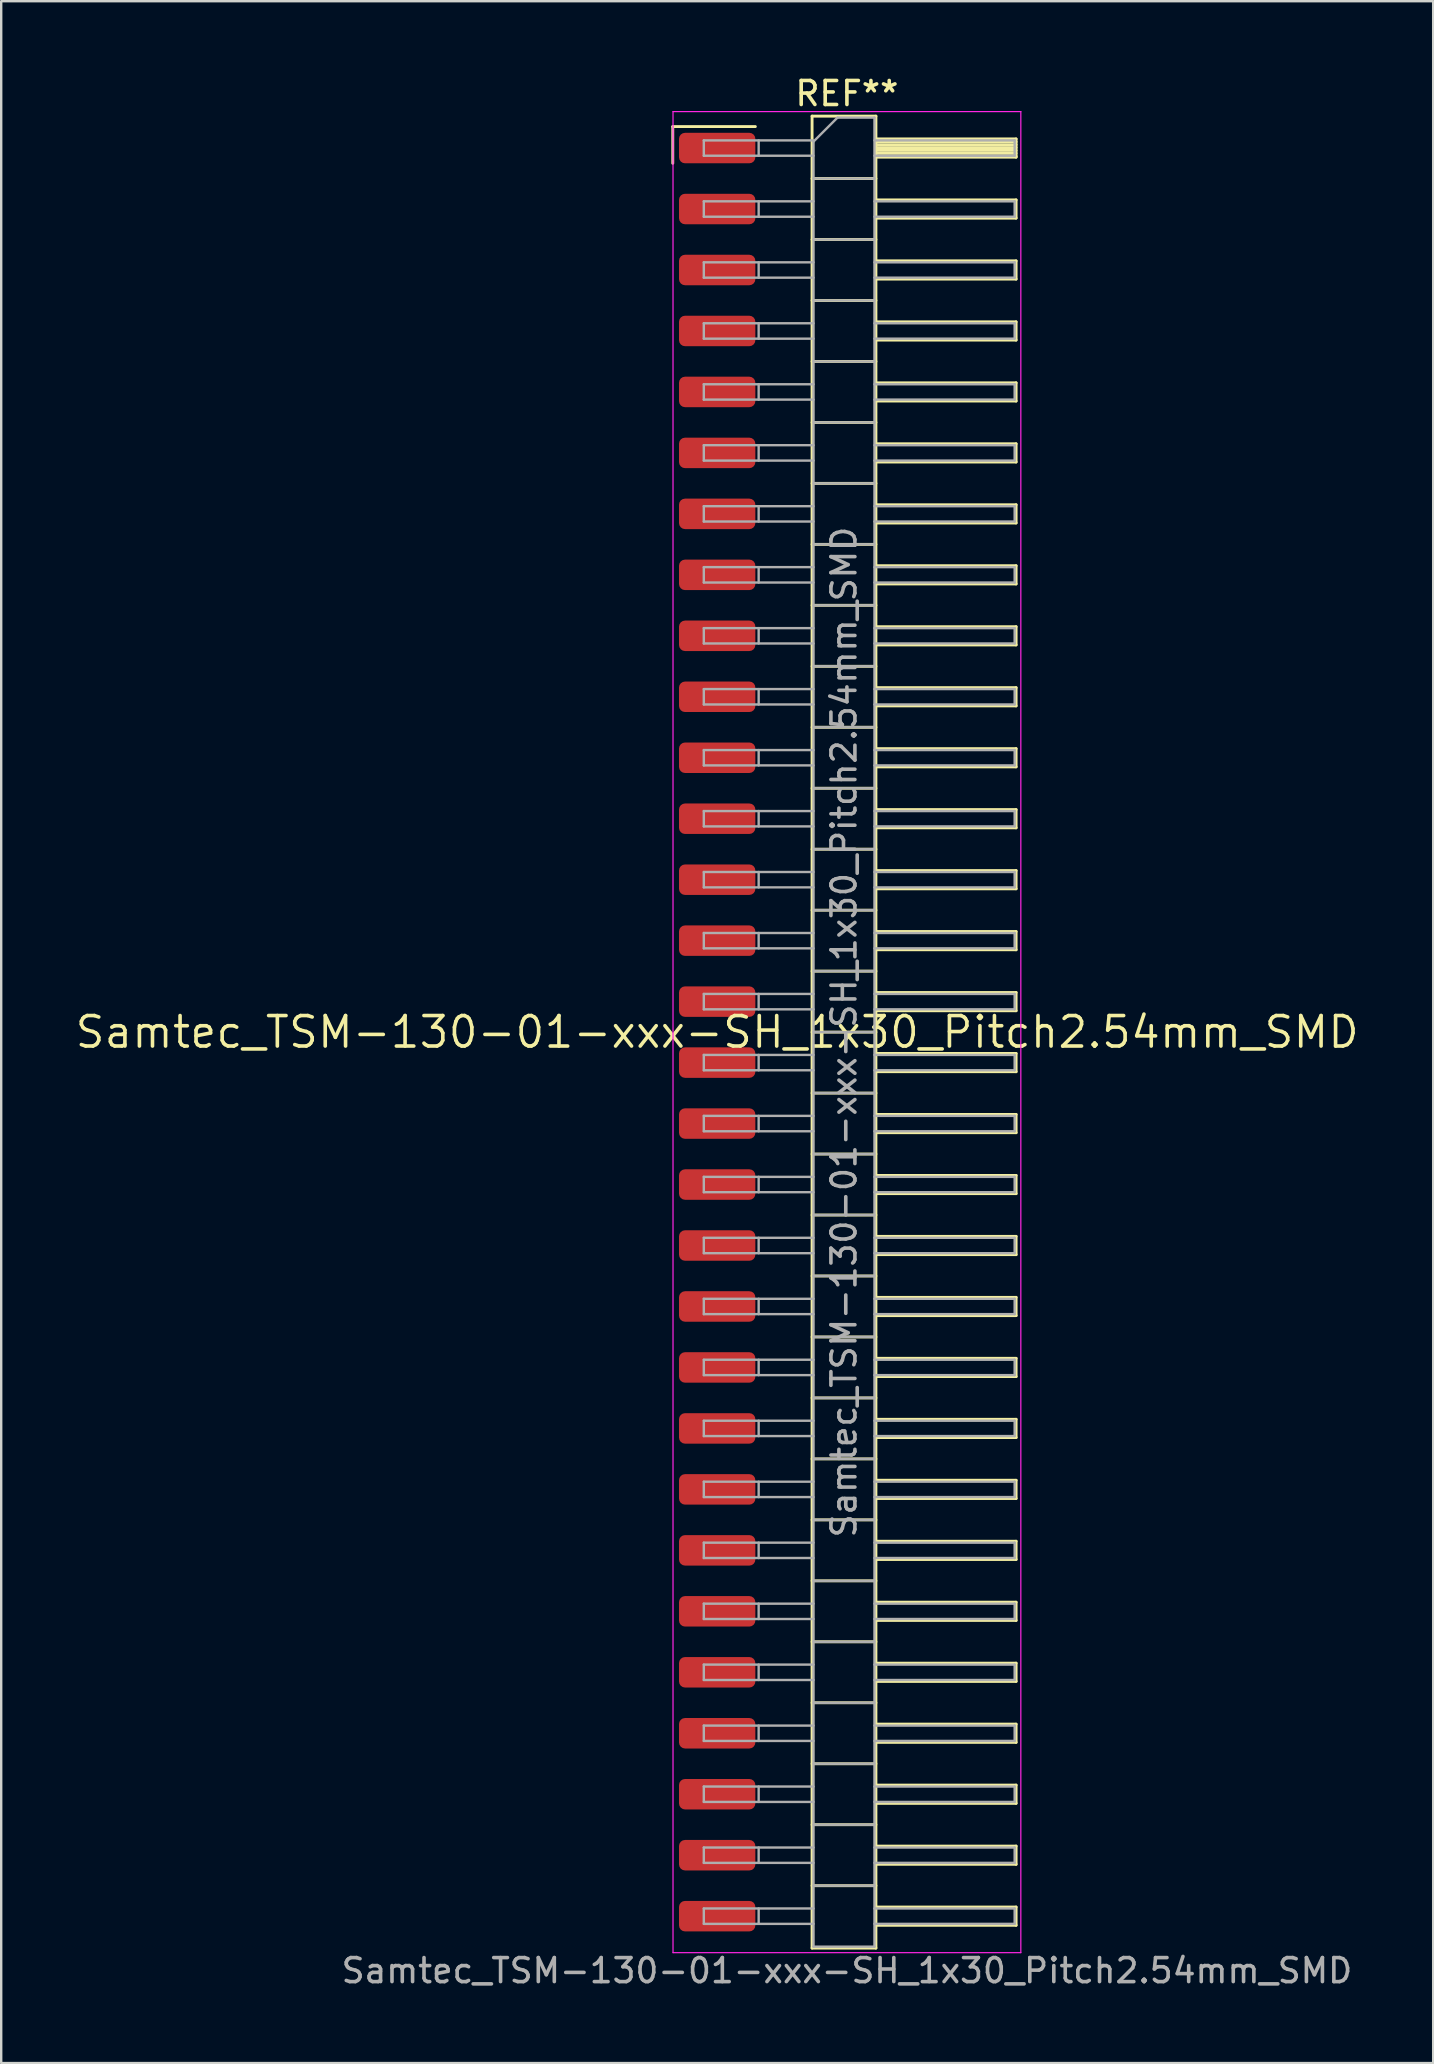
<source format=kicad_pcb>
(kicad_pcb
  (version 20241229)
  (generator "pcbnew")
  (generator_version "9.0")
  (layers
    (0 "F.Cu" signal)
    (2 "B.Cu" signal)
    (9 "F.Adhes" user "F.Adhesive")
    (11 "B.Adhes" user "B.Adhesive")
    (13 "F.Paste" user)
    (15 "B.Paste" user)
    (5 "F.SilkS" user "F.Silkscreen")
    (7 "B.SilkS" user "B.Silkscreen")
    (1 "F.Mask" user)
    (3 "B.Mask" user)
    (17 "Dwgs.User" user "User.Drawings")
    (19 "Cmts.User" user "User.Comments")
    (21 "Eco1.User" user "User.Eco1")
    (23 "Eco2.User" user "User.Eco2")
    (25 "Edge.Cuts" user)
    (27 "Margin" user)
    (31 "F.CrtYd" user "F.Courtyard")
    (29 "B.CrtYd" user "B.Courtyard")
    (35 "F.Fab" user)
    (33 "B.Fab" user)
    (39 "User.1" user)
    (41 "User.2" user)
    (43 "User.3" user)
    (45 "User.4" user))
  (footprint "Samtec_TSM-130-01-xxx-SH_1x30_Pitch2.54mm_SMD"
    (layer "F.Cu")
    (at 26.828 39.948)
    (property "Reference" "Samtec_TSM-130-01-xxx-SH_1x30_Pitch2.54mm_SMD" (at 0 0 0) (layer "F.SilkS") (effects (font (size 1.27 1.27) (thickness 0.15))))
    (attr smd)
    (fp_line (start -1.85 -37.725) (end 1.59 -37.725) (stroke (width 0.12) (type solid)) (layer "F.SilkS"))
    (fp_line (start -1.85 -36.195) (end -1.85 -37.725) (stroke (width 0.12) (type solid)) (layer "F.SilkS"))
    (fp_line (start 3.953 -38.16) (end 6.613 -38.16) (stroke (width 0.12) (type solid)) (layer "F.SilkS"))
    (fp_line (start 3.953 -35.56) (end 6.613 -35.56) (stroke (width 0.12) (type solid)) (layer "F.SilkS"))
    (fp_line (start 3.953 -33.02) (end 6.613 -33.02) (stroke (width 0.12) (type solid)) (layer "F.SilkS"))
    (fp_line (start 3.953 -30.48) (end 6.613 -30.48) (stroke (width 0.12) (type solid)) (layer "F.SilkS"))
    (fp_line (start 3.953 -27.94) (end 6.613 -27.94) (stroke (width 0.12) (type solid)) (layer "F.SilkS"))
    (fp_line (start 3.953 -25.4) (end 6.613 -25.4) (stroke (width 0.12) (type solid)) (layer "F.SilkS"))
    (fp_line (start 3.953 -22.86) (end 6.613 -22.86) (stroke (width 0.12) (type solid)) (layer "F.SilkS"))
    (fp_line (start 3.953 -20.32) (end 6.613 -20.32) (stroke (width 0.12) (type solid)) (layer "F.SilkS"))
    (fp_line (start 3.953 -17.78) (end 6.613 -17.78) (stroke (width 0.12) (type solid)) (layer "F.SilkS"))
    (fp_line (start 3.953 -15.24) (end 6.613 -15.24) (stroke (width 0.12) (type solid)) (layer "F.SilkS"))
    (fp_line (start 3.953 -12.7) (end 6.613 -12.7) (stroke (width 0.12) (type solid)) (layer "F.SilkS"))
    (fp_line (start 3.953 -10.16) (end 6.613 -10.16) (stroke (width 0.12) (type solid)) (layer "F.SilkS"))
    (fp_line (start 3.953 -7.62) (end 6.613 -7.62) (stroke (width 0.12) (type solid)) (layer "F.SilkS"))
    (fp_line (start 3.953 -5.08) (end 6.613 -5.08) (stroke (width 0.12) (type solid)) (layer "F.SilkS"))
    (fp_line (start 3.953 -2.54) (end 6.613 -2.54) (stroke (width 0.12) (type solid)) (layer "F.SilkS"))
    (fp_line (start 3.953 0) (end 6.613 0) (stroke (width 0.12) (type solid)) (layer "F.SilkS"))
    (fp_line (start 3.953 2.54) (end 6.613 2.54) (stroke (width 0.12) (type solid)) (layer "F.SilkS"))
    (fp_line (start 3.953 5.08) (end 6.613 5.08) (stroke (width 0.12) (type solid)) (layer "F.SilkS"))
    (fp_line (start 3.953 7.62) (end 6.613 7.62) (stroke (width 0.12) (type solid)) (layer "F.SilkS"))
    (fp_line (start 3.953 10.16) (end 6.613 10.16) (stroke (width 0.12) (type solid)) (layer "F.SilkS"))
    (fp_line (start 3.953 12.7) (end 6.613 12.7) (stroke (width 0.12) (type solid)) (layer "F.SilkS"))
    (fp_line (start 3.953 15.24) (end 6.613 15.24) (stroke (width 0.12) (type solid)) (layer "F.SilkS"))
    (fp_line (start 3.953 17.78) (end 6.613 17.78) (stroke (width 0.12) (type solid)) (layer "F.SilkS"))
    (fp_line (start 3.953 20.32) (end 6.613 20.32) (stroke (width 0.12) (type solid)) (layer "F.SilkS"))
    (fp_line (start 3.953 22.86) (end 6.613 22.86) (stroke (width 0.12) (type solid)) (layer "F.SilkS"))
    (fp_line (start 3.953 25.4) (end 6.613 25.4) (stroke (width 0.12) (type solid)) (layer "F.SilkS"))
    (fp_line (start 3.953 27.94) (end 6.613 27.94) (stroke (width 0.12) (type solid)) (layer "F.SilkS"))
    (fp_line (start 3.953 30.48) (end 6.613 30.48) (stroke (width 0.12) (type solid)) (layer "F.SilkS"))
    (fp_line (start 3.953 33.02) (end 6.613 33.02) (stroke (width 0.12) (type solid)) (layer "F.SilkS"))
    (fp_line (start 3.953 35.56) (end 6.613 35.56) (stroke (width 0.12) (type solid)) (layer "F.SilkS"))
    (fp_line (start 3.953 38.16) (end 3.953 -38.16) (stroke (width 0.12) (type solid)) (layer "F.SilkS"))
    (fp_line (start 6.613 -38.16) (end 6.613 38.16) (stroke (width 0.12) (type solid)) (layer "F.SilkS"))
    (fp_line (start 6.613 -37.21) (end 12.453 -37.21) (stroke (width 0.12) (type solid)) (layer "F.SilkS"))
    (fp_line (start 6.613 -37.09) (end 12.453 -37.09) (stroke (width 0.12) (type solid)) (layer "F.SilkS"))
    (fp_line (start 6.613 -36.97) (end 12.453 -36.97) (stroke (width 0.12) (type solid)) (layer "F.SilkS"))
    (fp_line (start 6.613 -36.85) (end 12.453 -36.85) (stroke (width 0.12) (type solid)) (layer "F.SilkS"))
    (fp_line (start 6.613 -36.73) (end 12.453 -36.73) (stroke (width 0.12) (type solid)) (layer "F.SilkS"))
    (fp_line (start 6.613 -36.61) (end 12.453 -36.61) (stroke (width 0.12) (type solid)) (layer "F.SilkS"))
    (fp_line (start 6.613 -36.49) (end 12.453 -36.49) (stroke (width 0.12) (type solid)) (layer "F.SilkS"))
    (fp_line (start 6.613 -36.45) (end 12.453 -36.45) (stroke (width 0.12) (type solid)) (layer "F.SilkS"))
    (fp_line (start 6.613 -34.67) (end 12.453 -34.67) (stroke (width 0.12) (type solid)) (layer "F.SilkS"))
    (fp_line (start 6.613 -33.91) (end 12.453 -33.91) (stroke (width 0.12) (type solid)) (layer "F.SilkS"))
    (fp_line (start 6.613 -32.13) (end 12.453 -32.13) (stroke (width 0.12) (type solid)) (layer "F.SilkS"))
    (fp_line (start 6.613 -31.37) (end 12.453 -31.37) (stroke (width 0.12) (type solid)) (layer "F.SilkS"))
    (fp_line (start 6.613 -29.59) (end 12.453 -29.59) (stroke (width 0.12) (type solid)) (layer "F.SilkS"))
    (fp_line (start 6.613 -28.83) (end 12.453 -28.83) (stroke (width 0.12) (type solid)) (layer "F.SilkS"))
    (fp_line (start 6.613 -27.05) (end 12.453 -27.05) (stroke (width 0.12) (type solid)) (layer "F.SilkS"))
    (fp_line (start 6.613 -26.29) (end 12.453 -26.29) (stroke (width 0.12) (type solid)) (layer "F.SilkS"))
    (fp_line (start 6.613 -24.51) (end 12.453 -24.51) (stroke (width 0.12) (type solid)) (layer "F.SilkS"))
    (fp_line (start 6.613 -23.75) (end 12.453 -23.75) (stroke (width 0.12) (type solid)) (layer "F.SilkS"))
    (fp_line (start 6.613 -21.97) (end 12.453 -21.97) (stroke (width 0.12) (type solid)) (layer "F.SilkS"))
    (fp_line (start 6.613 -21.21) (end 12.453 -21.21) (stroke (width 0.12) (type solid)) (layer "F.SilkS"))
    (fp_line (start 6.613 -19.43) (end 12.453 -19.43) (stroke (width 0.12) (type solid)) (layer "F.SilkS"))
    (fp_line (start 6.613 -18.67) (end 12.453 -18.67) (stroke (width 0.12) (type solid)) (layer "F.SilkS"))
    (fp_line (start 6.613 -16.89) (end 12.453 -16.89) (stroke (width 0.12) (type solid)) (layer "F.SilkS"))
    (fp_line (start 6.613 -16.13) (end 12.453 -16.13) (stroke (width 0.12) (type solid)) (layer "F.SilkS"))
    (fp_line (start 6.613 -14.35) (end 12.453 -14.35) (stroke (width 0.12) (type solid)) (layer "F.SilkS"))
    (fp_line (start 6.613 -13.59) (end 12.453 -13.59) (stroke (width 0.12) (type solid)) (layer "F.SilkS"))
    (fp_line (start 6.613 -11.81) (end 12.453 -11.81) (stroke (width 0.12) (type solid)) (layer "F.SilkS"))
    (fp_line (start 6.613 -11.05) (end 12.453 -11.05) (stroke (width 0.12) (type solid)) (layer "F.SilkS"))
    (fp_line (start 6.613 -9.27) (end 12.453 -9.27) (stroke (width 0.12) (type solid)) (layer "F.SilkS"))
    (fp_line (start 6.613 -8.51) (end 12.453 -8.51) (stroke (width 0.12) (type solid)) (layer "F.SilkS"))
    (fp_line (start 6.613 -6.73) (end 12.453 -6.73) (stroke (width 0.12) (type solid)) (layer "F.SilkS"))
    (fp_line (start 6.613 -5.97) (end 12.453 -5.97) (stroke (width 0.12) (type solid)) (layer "F.SilkS"))
    (fp_line (start 6.613 -4.19) (end 12.453 -4.19) (stroke (width 0.12) (type solid)) (layer "F.SilkS"))
    (fp_line (start 6.613 -3.43) (end 12.453 -3.43) (stroke (width 0.12) (type solid)) (layer "F.SilkS"))
    (fp_line (start 6.613 -1.65) (end 12.453 -1.65) (stroke (width 0.12) (type solid)) (layer "F.SilkS"))
    (fp_line (start 6.613 -0.89) (end 12.453 -0.89) (stroke (width 0.12) (type solid)) (layer "F.SilkS"))
    (fp_line (start 6.613 0.89) (end 12.453 0.89) (stroke (width 0.12) (type solid)) (layer "F.SilkS"))
    (fp_line (start 6.613 1.65) (end 12.453 1.65) (stroke (width 0.12) (type solid)) (layer "F.SilkS"))
    (fp_line (start 6.613 3.43) (end 12.453 3.43) (stroke (width 0.12) (type solid)) (layer "F.SilkS"))
    (fp_line (start 6.613 4.19) (end 12.453 4.19) (stroke (width 0.12) (type solid)) (layer "F.SilkS"))
    (fp_line (start 6.613 5.97) (end 12.453 5.97) (stroke (width 0.12) (type solid)) (layer "F.SilkS"))
    (fp_line (start 6.613 6.73) (end 12.453 6.73) (stroke (width 0.12) (type solid)) (layer "F.SilkS"))
    (fp_line (start 6.613 8.51) (end 12.453 8.51) (stroke (width 0.12) (type solid)) (layer "F.SilkS"))
    (fp_line (start 6.613 9.27) (end 12.453 9.27) (stroke (width 0.12) (type solid)) (layer "F.SilkS"))
    (fp_line (start 6.613 11.05) (end 12.453 11.05) (stroke (width 0.12) (type solid)) (layer "F.SilkS"))
    (fp_line (start 6.613 11.81) (end 12.453 11.81) (stroke (width 0.12) (type solid)) (layer "F.SilkS"))
    (fp_line (start 6.613 13.59) (end 12.453 13.59) (stroke (width 0.12) (type solid)) (layer "F.SilkS"))
    (fp_line (start 6.613 14.35) (end 12.453 14.35) (stroke (width 0.12) (type solid)) (layer "F.SilkS"))
    (fp_line (start 6.613 16.13) (end 12.453 16.13) (stroke (width 0.12) (type solid)) (layer "F.SilkS"))
    (fp_line (start 6.613 16.89) (end 12.453 16.89) (stroke (width 0.12) (type solid)) (layer "F.SilkS"))
    (fp_line (start 6.613 18.67) (end 12.453 18.67) (stroke (width 0.12) (type solid)) (layer "F.SilkS"))
    (fp_line (start 6.613 19.43) (end 12.453 19.43) (stroke (width 0.12) (type solid)) (layer "F.SilkS"))
    (fp_line (start 6.613 21.21) (end 12.453 21.21) (stroke (width 0.12) (type solid)) (layer "F.SilkS"))
    (fp_line (start 6.613 21.97) (end 12.453 21.97) (stroke (width 0.12) (type solid)) (layer "F.SilkS"))
    (fp_line (start 6.613 23.75) (end 12.453 23.75) (stroke (width 0.12) (type solid)) (layer "F.SilkS"))
    (fp_line (start 6.613 24.51) (end 12.453 24.51) (stroke (width 0.12) (type solid)) (layer "F.SilkS"))
    (fp_line (start 6.613 26.29) (end 12.453 26.29) (stroke (width 0.12) (type solid)) (layer "F.SilkS"))
    (fp_line (start 6.613 27.05) (end 12.453 27.05) (stroke (width 0.12) (type solid)) (layer "F.SilkS"))
    (fp_line (start 6.613 28.83) (end 12.453 28.83) (stroke (width 0.12) (type solid)) (layer "F.SilkS"))
    (fp_line (start 6.613 29.59) (end 12.453 29.59) (stroke (width 0.12) (type solid)) (layer "F.SilkS"))
    (fp_line (start 6.613 31.37) (end 12.453 31.37) (stroke (width 0.12) (type solid)) (layer "F.SilkS"))
    (fp_line (start 6.613 32.13) (end 12.453 32.13) (stroke (width 0.12) (type solid)) (layer "F.SilkS"))
    (fp_line (start 6.613 33.91) (end 12.453 33.91) (stroke (width 0.12) (type solid)) (layer "F.SilkS"))
    (fp_line (start 6.613 34.67) (end 12.453 34.67) (stroke (width 0.12) (type solid)) (layer "F.SilkS"))
    (fp_line (start 6.613 36.45) (end 12.453 36.45) (stroke (width 0.12) (type solid)) (layer "F.SilkS"))
    (fp_line (start 6.613 37.21) (end 12.453 37.21) (stroke (width 0.12) (type solid)) (layer "F.SilkS"))
    (fp_line (start 6.613 38.16) (end 3.953 38.16) (stroke (width 0.12) (type solid)) (layer "F.SilkS"))
    (fp_line (start 12.453 -37.21) (end 12.453 -36.45) (stroke (width 0.12) (type solid)) (layer "F.SilkS"))
    (fp_line (start 12.453 -34.67) (end 12.453 -33.91) (stroke (width 0.12) (type solid)) (layer "F.SilkS"))
    (fp_line (start 12.453 -32.13) (end 12.453 -31.37) (stroke (width 0.12) (type solid)) (layer "F.SilkS"))
    (fp_line (start 12.453 -29.59) (end 12.453 -28.83) (stroke (width 0.12) (type solid)) (layer "F.SilkS"))
    (fp_line (start 12.453 -27.05) (end 12.453 -26.29) (stroke (width 0.12) (type solid)) (layer "F.SilkS"))
    (fp_line (start 12.453 -24.51) (end 12.453 -23.75) (stroke (width 0.12) (type solid)) (layer "F.SilkS"))
    (fp_line (start 12.453 -21.97) (end 12.453 -21.21) (stroke (width 0.12) (type solid)) (layer "F.SilkS"))
    (fp_line (start 12.453 -19.43) (end 12.453 -18.67) (stroke (width 0.12) (type solid)) (layer "F.SilkS"))
    (fp_line (start 12.453 -16.89) (end 12.453 -16.13) (stroke (width 0.12) (type solid)) (layer "F.SilkS"))
    (fp_line (start 12.453 -14.35) (end 12.453 -13.59) (stroke (width 0.12) (type solid)) (layer "F.SilkS"))
    (fp_line (start 12.453 -11.81) (end 12.453 -11.05) (stroke (width 0.12) (type solid)) (layer "F.SilkS"))
    (fp_line (start 12.453 -9.27) (end 12.453 -8.51) (stroke (width 0.12) (type solid)) (layer "F.SilkS"))
    (fp_line (start 12.453 -6.73) (end 12.453 -5.97) (stroke (width 0.12) (type solid)) (layer "F.SilkS"))
    (fp_line (start 12.453 -4.19) (end 12.453 -3.43) (stroke (width 0.12) (type solid)) (layer "F.SilkS"))
    (fp_line (start 12.453 -1.65) (end 12.453 -0.89) (stroke (width 0.12) (type solid)) (layer "F.SilkS"))
    (fp_line (start 12.453 0.89) (end 12.453 1.65) (stroke (width 0.12) (type solid)) (layer "F.SilkS"))
    (fp_line (start 12.453 3.43) (end 12.453 4.19) (stroke (width 0.12) (type solid)) (layer "F.SilkS"))
    (fp_line (start 12.453 5.97) (end 12.453 6.73) (stroke (width 0.12) (type solid)) (layer "F.SilkS"))
    (fp_line (start 12.453 8.51) (end 12.453 9.27) (stroke (width 0.12) (type solid)) (layer "F.SilkS"))
    (fp_line (start 12.453 11.05) (end 12.453 11.81) (stroke (width 0.12) (type solid)) (layer "F.SilkS"))
    (fp_line (start 12.453 13.59) (end 12.453 14.35) (stroke (width 0.12) (type solid)) (layer "F.SilkS"))
    (fp_line (start 12.453 16.13) (end 12.453 16.89) (stroke (width 0.12) (type solid)) (layer "F.SilkS"))
    (fp_line (start 12.453 18.67) (end 12.453 19.43) (stroke (width 0.12) (type solid)) (layer "F.SilkS"))
    (fp_line (start 12.453 21.21) (end 12.453 21.97) (stroke (width 0.12) (type solid)) (layer "F.SilkS"))
    (fp_line (start 12.453 23.75) (end 12.453 24.51) (stroke (width 0.12) (type solid)) (layer "F.SilkS"))
    (fp_line (start 12.453 26.29) (end 12.453 27.05) (stroke (width 0.12) (type solid)) (layer "F.SilkS"))
    (fp_line (start 12.453 28.83) (end 12.453 29.59) (stroke (width 0.12) (type solid)) (layer "F.SilkS"))
    (fp_line (start 12.453 31.37) (end 12.453 32.13) (stroke (width 0.12) (type solid)) (layer "F.SilkS"))
    (fp_line (start 12.453 33.91) (end 12.453 34.67) (stroke (width 0.12) (type solid)) (layer "F.SilkS"))
    (fp_line (start 12.453 36.45) (end 12.453 37.21) (stroke (width 0.12) (type solid)) (layer "F.SilkS"))
    (fp_line (start -1.84 -38.35) (end 12.65 -38.35) (stroke (width 0.05) (type solid)) (layer "F.CrtYd"))
    (fp_line (start -1.84 38.35) (end -1.84 -38.35) (stroke (width 0.05) (type solid)) (layer "F.CrtYd"))
    (fp_line (start 12.65 -38.35) (end 12.65 38.35) (stroke (width 0.05) (type solid)) (layer "F.CrtYd"))
    (fp_line (start 12.65 38.35) (end -1.84 38.35) (stroke (width 0.05) (type solid)) (layer "F.CrtYd"))
    (fp_line (start -0.557 -37.15) (end -0.557 -36.51) (stroke (width 0.1) (type solid)) (layer "F.Fab"))
    (fp_line (start -0.557 -37.15) (end 4.013 -37.15) (stroke (width 0.1) (type solid)) (layer "F.Fab"))
    (fp_line (start -0.557 -36.51) (end 4.013 -36.51) (stroke (width 0.1) (type solid)) (layer "F.Fab"))
    (fp_line (start -0.557 -34.61) (end -0.557 -33.97) (stroke (width 0.1) (type solid)) (layer "F.Fab"))
    (fp_line (start -0.557 -34.61) (end 4.013 -34.61) (stroke (width 0.1) (type solid)) (layer "F.Fab"))
    (fp_line (start -0.557 -33.97) (end 4.013 -33.97) (stroke (width 0.1) (type solid)) (layer "F.Fab"))
    (fp_line (start -0.557 -32.07) (end -0.557 -31.43) (stroke (width 0.1) (type solid)) (layer "F.Fab"))
    (fp_line (start -0.557 -32.07) (end 4.013 -32.07) (stroke (width 0.1) (type solid)) (layer "F.Fab"))
    (fp_line (start -0.557 -31.43) (end 4.013 -31.43) (stroke (width 0.1) (type solid)) (layer "F.Fab"))
    (fp_line (start -0.557 -29.53) (end -0.557 -28.89) (stroke (width 0.1) (type solid)) (layer "F.Fab"))
    (fp_line (start -0.557 -29.53) (end 4.013 -29.53) (stroke (width 0.1) (type solid)) (layer "F.Fab"))
    (fp_line (start -0.557 -28.89) (end 4.013 -28.89) (stroke (width 0.1) (type solid)) (layer "F.Fab"))
    (fp_line (start -0.557 -26.99) (end -0.557 -26.35) (stroke (width 0.1) (type solid)) (layer "F.Fab"))
    (fp_line (start -0.557 -26.99) (end 4.013 -26.99) (stroke (width 0.1) (type solid)) (layer "F.Fab"))
    (fp_line (start -0.557 -26.35) (end 4.013 -26.35) (stroke (width 0.1) (type solid)) (layer "F.Fab"))
    (fp_line (start -0.557 -24.45) (end -0.557 -23.81) (stroke (width 0.1) (type solid)) (layer "F.Fab"))
    (fp_line (start -0.557 -24.45) (end 4.013 -24.45) (stroke (width 0.1) (type solid)) (layer "F.Fab"))
    (fp_line (start -0.557 -23.81) (end 4.013 -23.81) (stroke (width 0.1) (type solid)) (layer "F.Fab"))
    (fp_line (start -0.557 -21.91) (end -0.557 -21.27) (stroke (width 0.1) (type solid)) (layer "F.Fab"))
    (fp_line (start -0.557 -21.91) (end 4.013 -21.91) (stroke (width 0.1) (type solid)) (layer "F.Fab"))
    (fp_line (start -0.557 -21.27) (end 4.013 -21.27) (stroke (width 0.1) (type solid)) (layer "F.Fab"))
    (fp_line (start -0.557 -19.37) (end -0.557 -18.73) (stroke (width 0.1) (type solid)) (layer "F.Fab"))
    (fp_line (start -0.557 -19.37) (end 4.013 -19.37) (stroke (width 0.1) (type solid)) (layer "F.Fab"))
    (fp_line (start -0.557 -18.73) (end 4.013 -18.73) (stroke (width 0.1) (type solid)) (layer "F.Fab"))
    (fp_line (start -0.557 -16.83) (end -0.557 -16.19) (stroke (width 0.1) (type solid)) (layer "F.Fab"))
    (fp_line (start -0.557 -16.83) (end 4.013 -16.83) (stroke (width 0.1) (type solid)) (layer "F.Fab"))
    (fp_line (start -0.557 -16.19) (end 4.013 -16.19) (stroke (width 0.1) (type solid)) (layer "F.Fab"))
    (fp_line (start -0.557 -14.29) (end -0.557 -13.65) (stroke (width 0.1) (type solid)) (layer "F.Fab"))
    (fp_line (start -0.557 -14.29) (end 4.013 -14.29) (stroke (width 0.1) (type solid)) (layer "F.Fab"))
    (fp_line (start -0.557 -13.65) (end 4.013 -13.65) (stroke (width 0.1) (type solid)) (layer "F.Fab"))
    (fp_line (start -0.557 -11.75) (end -0.557 -11.11) (stroke (width 0.1) (type solid)) (layer "F.Fab"))
    (fp_line (start -0.557 -11.75) (end 4.013 -11.75) (stroke (width 0.1) (type solid)) (layer "F.Fab"))
    (fp_line (start -0.557 -11.11) (end 4.013 -11.11) (stroke (width 0.1) (type solid)) (layer "F.Fab"))
    (fp_line (start -0.557 -9.21) (end -0.557 -8.57) (stroke (width 0.1) (type solid)) (layer "F.Fab"))
    (fp_line (start -0.557 -9.21) (end 4.013 -9.21) (stroke (width 0.1) (type solid)) (layer "F.Fab"))
    (fp_line (start -0.557 -8.57) (end 4.013 -8.57) (stroke (width 0.1) (type solid)) (layer "F.Fab"))
    (fp_line (start -0.557 -6.67) (end -0.557 -6.03) (stroke (width 0.1) (type solid)) (layer "F.Fab"))
    (fp_line (start -0.557 -6.67) (end 4.013 -6.67) (stroke (width 0.1) (type solid)) (layer "F.Fab"))
    (fp_line (start -0.557 -6.03) (end 4.013 -6.03) (stroke (width 0.1) (type solid)) (layer "F.Fab"))
    (fp_line (start -0.557 -4.13) (end -0.557 -3.49) (stroke (width 0.1) (type solid)) (layer "F.Fab"))
    (fp_line (start -0.557 -4.13) (end 4.013 -4.13) (stroke (width 0.1) (type solid)) (layer "F.Fab"))
    (fp_line (start -0.557 -3.49) (end 4.013 -3.49) (stroke (width 0.1) (type solid)) (layer "F.Fab"))
    (fp_line (start -0.557 -1.59) (end -0.557 -0.95) (stroke (width 0.1) (type solid)) (layer "F.Fab"))
    (fp_line (start -0.557 -1.59) (end 4.013 -1.59) (stroke (width 0.1) (type solid)) (layer "F.Fab"))
    (fp_line (start -0.557 -0.95) (end 4.013 -0.95) (stroke (width 0.1) (type solid)) (layer "F.Fab"))
    (fp_line (start -0.557 0.95) (end -0.557 1.59) (stroke (width 0.1) (type solid)) (layer "F.Fab"))
    (fp_line (start -0.557 0.95) (end 4.013 0.95) (stroke (width 0.1) (type solid)) (layer "F.Fab"))
    (fp_line (start -0.557 1.59) (end 4.013 1.59) (stroke (width 0.1) (type solid)) (layer "F.Fab"))
    (fp_line (start -0.557 3.49) (end -0.557 4.13) (stroke (width 0.1) (type solid)) (layer "F.Fab"))
    (fp_line (start -0.557 3.49) (end 4.013 3.49) (stroke (width 0.1) (type solid)) (layer "F.Fab"))
    (fp_line (start -0.557 4.13) (end 4.013 4.13) (stroke (width 0.1) (type solid)) (layer "F.Fab"))
    (fp_line (start -0.557 6.03) (end -0.557 6.67) (stroke (width 0.1) (type solid)) (layer "F.Fab"))
    (fp_line (start -0.557 6.03) (end 4.013 6.03) (stroke (width 0.1) (type solid)) (layer "F.Fab"))
    (fp_line (start -0.557 6.67) (end 4.013 6.67) (stroke (width 0.1) (type solid)) (layer "F.Fab"))
    (fp_line (start -0.557 8.57) (end -0.557 9.21) (stroke (width 0.1) (type solid)) (layer "F.Fab"))
    (fp_line (start -0.557 8.57) (end 4.013 8.57) (stroke (width 0.1) (type solid)) (layer "F.Fab"))
    (fp_line (start -0.557 9.21) (end 4.013 9.21) (stroke (width 0.1) (type solid)) (layer "F.Fab"))
    (fp_line (start -0.557 11.11) (end -0.557 11.75) (stroke (width 0.1) (type solid)) (layer "F.Fab"))
    (fp_line (start -0.557 11.11) (end 4.013 11.11) (stroke (width 0.1) (type solid)) (layer "F.Fab"))
    (fp_line (start -0.557 11.75) (end 4.013 11.75) (stroke (width 0.1) (type solid)) (layer "F.Fab"))
    (fp_line (start -0.557 13.65) (end -0.557 14.29) (stroke (width 0.1) (type solid)) (layer "F.Fab"))
    (fp_line (start -0.557 13.65) (end 4.013 13.65) (stroke (width 0.1) (type solid)) (layer "F.Fab"))
    (fp_line (start -0.557 14.29) (end 4.013 14.29) (stroke (width 0.1) (type solid)) (layer "F.Fab"))
    (fp_line (start -0.557 16.19) (end -0.557 16.83) (stroke (width 0.1) (type solid)) (layer "F.Fab"))
    (fp_line (start -0.557 16.19) (end 4.013 16.19) (stroke (width 0.1) (type solid)) (layer "F.Fab"))
    (fp_line (start -0.557 16.83) (end 4.013 16.83) (stroke (width 0.1) (type solid)) (layer "F.Fab"))
    (fp_line (start -0.557 18.73) (end -0.557 19.37) (stroke (width 0.1) (type solid)) (layer "F.Fab"))
    (fp_line (start -0.557 18.73) (end 4.013 18.73) (stroke (width 0.1) (type solid)) (layer "F.Fab"))
    (fp_line (start -0.557 19.37) (end 4.013 19.37) (stroke (width 0.1) (type solid)) (layer "F.Fab"))
    (fp_line (start -0.557 21.27) (end -0.557 21.91) (stroke (width 0.1) (type solid)) (layer "F.Fab"))
    (fp_line (start -0.557 21.27) (end 4.013 21.27) (stroke (width 0.1) (type solid)) (layer "F.Fab"))
    (fp_line (start -0.557 21.91) (end 4.013 21.91) (stroke (width 0.1) (type solid)) (layer "F.Fab"))
    (fp_line (start -0.557 23.81) (end -0.557 24.45) (stroke (width 0.1) (type solid)) (layer "F.Fab"))
    (fp_line (start -0.557 23.81) (end 4.013 23.81) (stroke (width 0.1) (type solid)) (layer "F.Fab"))
    (fp_line (start -0.557 24.45) (end 4.013 24.45) (stroke (width 0.1) (type solid)) (layer "F.Fab"))
    (fp_line (start -0.557 26.35) (end -0.557 26.99) (stroke (width 0.1) (type solid)) (layer "F.Fab"))
    (fp_line (start -0.557 26.35) (end 4.013 26.35) (stroke (width 0.1) (type solid)) (layer "F.Fab"))
    (fp_line (start -0.557 26.99) (end 4.013 26.99) (stroke (width 0.1) (type solid)) (layer "F.Fab"))
    (fp_line (start -0.557 28.89) (end -0.557 29.53) (stroke (width 0.1) (type solid)) (layer "F.Fab"))
    (fp_line (start -0.557 28.89) (end 4.013 28.89) (stroke (width 0.1) (type solid)) (layer "F.Fab"))
    (fp_line (start -0.557 29.53) (end 4.013 29.53) (stroke (width 0.1) (type solid)) (layer "F.Fab"))
    (fp_line (start -0.557 31.43) (end -0.557 32.07) (stroke (width 0.1) (type solid)) (layer "F.Fab"))
    (fp_line (start -0.557 31.43) (end 4.013 31.43) (stroke (width 0.1) (type solid)) (layer "F.Fab"))
    (fp_line (start -0.557 32.07) (end 4.013 32.07) (stroke (width 0.1) (type solid)) (layer "F.Fab"))
    (fp_line (start -0.557 33.97) (end -0.557 34.61) (stroke (width 0.1) (type solid)) (layer "F.Fab"))
    (fp_line (start -0.557 33.97) (end 4.013 33.97) (stroke (width 0.1) (type solid)) (layer "F.Fab"))
    (fp_line (start -0.557 34.61) (end 4.013 34.61) (stroke (width 0.1) (type solid)) (layer "F.Fab"))
    (fp_line (start -0.557 36.51) (end -0.557 37.15) (stroke (width 0.1) (type solid)) (layer "F.Fab"))
    (fp_line (start -0.557 36.51) (end 4.013 36.51) (stroke (width 0.1) (type solid)) (layer "F.Fab"))
    (fp_line (start -0.557 37.15) (end 4.013 37.15) (stroke (width 0.1) (type solid)) (layer "F.Fab"))
    (fp_line (start 1.728 -37.15) (end 1.728 -36.51) (stroke (width 0.1) (type solid)) (layer "F.Fab"))
    (fp_line (start 1.728 -34.61) (end 1.728 -33.97) (stroke (width 0.1) (type solid)) (layer "F.Fab"))
    (fp_line (start 1.728 -32.07) (end 1.728 -31.43) (stroke (width 0.1) (type solid)) (layer "F.Fab"))
    (fp_line (start 1.728 -29.53) (end 1.728 -28.89) (stroke (width 0.1) (type solid)) (layer "F.Fab"))
    (fp_line (start 1.728 -26.99) (end 1.728 -26.35) (stroke (width 0.1) (type solid)) (layer "F.Fab"))
    (fp_line (start 1.728 -24.45) (end 1.728 -23.81) (stroke (width 0.1) (type solid)) (layer "F.Fab"))
    (fp_line (start 1.728 -21.91) (end 1.728 -21.27) (stroke (width 0.1) (type solid)) (layer "F.Fab"))
    (fp_line (start 1.728 -19.37) (end 1.728 -18.73) (stroke (width 0.1) (type solid)) (layer "F.Fab"))
    (fp_line (start 1.728 -16.83) (end 1.728 -16.19) (stroke (width 0.1) (type solid)) (layer "F.Fab"))
    (fp_line (start 1.728 -14.29) (end 1.728 -13.65) (stroke (width 0.1) (type solid)) (layer "F.Fab"))
    (fp_line (start 1.728 -11.75) (end 1.728 -11.11) (stroke (width 0.1) (type solid)) (layer "F.Fab"))
    (fp_line (start 1.728 -9.21) (end 1.728 -8.57) (stroke (width 0.1) (type solid)) (layer "F.Fab"))
    (fp_line (start 1.728 -6.67) (end 1.728 -6.03) (stroke (width 0.1) (type solid)) (layer "F.Fab"))
    (fp_line (start 1.728 -4.13) (end 1.728 -3.49) (stroke (width 0.1) (type solid)) (layer "F.Fab"))
    (fp_line (start 1.728 -1.59) (end 1.728 -0.95) (stroke (width 0.1) (type solid)) (layer "F.Fab"))
    (fp_line (start 1.728 0.95) (end 1.728 1.59) (stroke (width 0.1) (type solid)) (layer "F.Fab"))
    (fp_line (start 1.728 3.49) (end 1.728 4.13) (stroke (width 0.1) (type solid)) (layer "F.Fab"))
    (fp_line (start 1.728 6.03) (end 1.728 6.67) (stroke (width 0.1) (type solid)) (layer "F.Fab"))
    (fp_line (start 1.728 8.57) (end 1.728 9.21) (stroke (width 0.1) (type solid)) (layer "F.Fab"))
    (fp_line (start 1.728 11.11) (end 1.728 11.75) (stroke (width 0.1) (type solid)) (layer "F.Fab"))
    (fp_line (start 1.728 13.65) (end 1.728 14.29) (stroke (width 0.1) (type solid)) (layer "F.Fab"))
    (fp_line (start 1.728 16.19) (end 1.728 16.83) (stroke (width 0.1) (type solid)) (layer "F.Fab"))
    (fp_line (start 1.728 18.73) (end 1.728 19.37) (stroke (width 0.1) (type solid)) (layer "F.Fab"))
    (fp_line (start 1.728 21.27) (end 1.728 21.91) (stroke (width 0.1) (type solid)) (layer "F.Fab"))
    (fp_line (start 1.728 23.81) (end 1.728 24.45) (stroke (width 0.1) (type solid)) (layer "F.Fab"))
    (fp_line (start 1.728 26.35) (end 1.728 26.99) (stroke (width 0.1) (type solid)) (layer "F.Fab"))
    (fp_line (start 1.728 28.89) (end 1.728 29.53) (stroke (width 0.1) (type solid)) (layer "F.Fab"))
    (fp_line (start 1.728 31.43) (end 1.728 32.07) (stroke (width 0.1) (type solid)) (layer "F.Fab"))
    (fp_line (start 1.728 33.97) (end 1.728 34.61) (stroke (width 0.1) (type solid)) (layer "F.Fab"))
    (fp_line (start 1.728 36.51) (end 1.728 37.15) (stroke (width 0.1) (type solid)) (layer "F.Fab"))
    (fp_line (start 4.013 -37.1) (end 5.013 -38.1) (stroke (width 0.1) (type solid)) (layer "F.Fab"))
    (fp_line (start 4.013 -35.56) (end 6.553 -35.56) (stroke (width 0.1) (type solid)) (layer "F.Fab"))
    (fp_line (start 4.013 -33.02) (end 6.553 -33.02) (stroke (width 0.1) (type solid)) (layer "F.Fab"))
    (fp_line (start 4.013 -30.48) (end 6.553 -30.48) (stroke (width 0.1) (type solid)) (layer "F.Fab"))
    (fp_line (start 4.013 -27.94) (end 6.553 -27.94) (stroke (width 0.1) (type solid)) (layer "F.Fab"))
    (fp_line (start 4.013 -25.4) (end 6.553 -25.4) (stroke (width 0.1) (type solid)) (layer "F.Fab"))
    (fp_line (start 4.013 -22.86) (end 6.553 -22.86) (stroke (width 0.1) (type solid)) (layer "F.Fab"))
    (fp_line (start 4.013 -20.32) (end 6.553 -20.32) (stroke (width 0.1) (type solid)) (layer "F.Fab"))
    (fp_line (start 4.013 -17.78) (end 6.553 -17.78) (stroke (width 0.1) (type solid)) (layer "F.Fab"))
    (fp_line (start 4.013 -15.24) (end 6.553 -15.24) (stroke (width 0.1) (type solid)) (layer "F.Fab"))
    (fp_line (start 4.013 -12.7) (end 6.553 -12.7) (stroke (width 0.1) (type solid)) (layer "F.Fab"))
    (fp_line (start 4.013 -10.16) (end 6.553 -10.16) (stroke (width 0.1) (type solid)) (layer "F.Fab"))
    (fp_line (start 4.013 -7.62) (end 6.553 -7.62) (stroke (width 0.1) (type solid)) (layer "F.Fab"))
    (fp_line (start 4.013 -5.08) (end 6.553 -5.08) (stroke (width 0.1) (type solid)) (layer "F.Fab"))
    (fp_line (start 4.013 -2.54) (end 6.553 -2.54) (stroke (width 0.1) (type solid)) (layer "F.Fab"))
    (fp_line (start 4.013 0) (end 6.553 0) (stroke (width 0.1) (type solid)) (layer "F.Fab"))
    (fp_line (start 4.013 2.54) (end 6.553 2.54) (stroke (width 0.1) (type solid)) (layer "F.Fab"))
    (fp_line (start 4.013 5.08) (end 6.553 5.08) (stroke (width 0.1) (type solid)) (layer "F.Fab"))
    (fp_line (start 4.013 7.62) (end 6.553 7.62) (stroke (width 0.1) (type solid)) (layer "F.Fab"))
    (fp_line (start 4.013 10.16) (end 6.553 10.16) (stroke (width 0.1) (type solid)) (layer "F.Fab"))
    (fp_line (start 4.013 12.7) (end 6.553 12.7) (stroke (width 0.1) (type solid)) (layer "F.Fab"))
    (fp_line (start 4.013 15.24) (end 6.553 15.24) (stroke (width 0.1) (type solid)) (layer "F.Fab"))
    (fp_line (start 4.013 17.78) (end 6.553 17.78) (stroke (width 0.1) (type solid)) (layer "F.Fab"))
    (fp_line (start 4.013 20.32) (end 6.553 20.32) (stroke (width 0.1) (type solid)) (layer "F.Fab"))
    (fp_line (start 4.013 22.86) (end 6.553 22.86) (stroke (width 0.1) (type solid)) (layer "F.Fab"))
    (fp_line (start 4.013 25.4) (end 6.553 25.4) (stroke (width 0.1) (type solid)) (layer "F.Fab"))
    (fp_line (start 4.013 27.94) (end 6.553 27.94) (stroke (width 0.1) (type solid)) (layer "F.Fab"))
    (fp_line (start 4.013 30.48) (end 6.553 30.48) (stroke (width 0.1) (type solid)) (layer "F.Fab"))
    (fp_line (start 4.013 33.02) (end 6.553 33.02) (stroke (width 0.1) (type solid)) (layer "F.Fab"))
    (fp_line (start 4.013 35.56) (end 6.553 35.56) (stroke (width 0.1) (type solid)) (layer "F.Fab"))
    (fp_line (start 4.013 38.1) (end 4.013 -37.1) (stroke (width 0.1) (type solid)) (layer "F.Fab"))
    (fp_line (start 5.013 -38.1) (end 6.553 -38.1) (stroke (width 0.1) (type solid)) (layer "F.Fab"))
    (fp_line (start 6.553 -38.1) (end 6.553 38.1) (stroke (width 0.1) (type solid)) (layer "F.Fab"))
    (fp_line (start 6.553 -37.15) (end 12.393 -37.15) (stroke (width 0.1) (type solid)) (layer "F.Fab"))
    (fp_line (start 6.553 -36.51) (end 12.393 -36.51) (stroke (width 0.1) (type solid)) (layer "F.Fab"))
    (fp_line (start 6.553 -34.61) (end 12.393 -34.61) (stroke (width 0.1) (type solid)) (layer "F.Fab"))
    (fp_line (start 6.553 -33.97) (end 12.393 -33.97) (stroke (width 0.1) (type solid)) (layer "F.Fab"))
    (fp_line (start 6.553 -32.07) (end 12.393 -32.07) (stroke (width 0.1) (type solid)) (layer "F.Fab"))
    (fp_line (start 6.553 -31.43) (end 12.393 -31.43) (stroke (width 0.1) (type solid)) (layer "F.Fab"))
    (fp_line (start 6.553 -29.53) (end 12.393 -29.53) (stroke (width 0.1) (type solid)) (layer "F.Fab"))
    (fp_line (start 6.553 -28.89) (end 12.393 -28.89) (stroke (width 0.1) (type solid)) (layer "F.Fab"))
    (fp_line (start 6.553 -26.99) (end 12.393 -26.99) (stroke (width 0.1) (type solid)) (layer "F.Fab"))
    (fp_line (start 6.553 -26.35) (end 12.393 -26.35) (stroke (width 0.1) (type solid)) (layer "F.Fab"))
    (fp_line (start 6.553 -24.45) (end 12.393 -24.45) (stroke (width 0.1) (type solid)) (layer "F.Fab"))
    (fp_line (start 6.553 -23.81) (end 12.393 -23.81) (stroke (width 0.1) (type solid)) (layer "F.Fab"))
    (fp_line (start 6.553 -21.91) (end 12.393 -21.91) (stroke (width 0.1) (type solid)) (layer "F.Fab"))
    (fp_line (start 6.553 -21.27) (end 12.393 -21.27) (stroke (width 0.1) (type solid)) (layer "F.Fab"))
    (fp_line (start 6.553 -19.37) (end 12.393 -19.37) (stroke (width 0.1) (type solid)) (layer "F.Fab"))
    (fp_line (start 6.553 -18.73) (end 12.393 -18.73) (stroke (width 0.1) (type solid)) (layer "F.Fab"))
    (fp_line (start 6.553 -16.83) (end 12.393 -16.83) (stroke (width 0.1) (type solid)) (layer "F.Fab"))
    (fp_line (start 6.553 -16.19) (end 12.393 -16.19) (stroke (width 0.1) (type solid)) (layer "F.Fab"))
    (fp_line (start 6.553 -14.29) (end 12.393 -14.29) (stroke (width 0.1) (type solid)) (layer "F.Fab"))
    (fp_line (start 6.553 -13.65) (end 12.393 -13.65) (stroke (width 0.1) (type solid)) (layer "F.Fab"))
    (fp_line (start 6.553 -11.75) (end 12.393 -11.75) (stroke (width 0.1) (type solid)) (layer "F.Fab"))
    (fp_line (start 6.553 -11.11) (end 12.393 -11.11) (stroke (width 0.1) (type solid)) (layer "F.Fab"))
    (fp_line (start 6.553 -9.21) (end 12.393 -9.21) (stroke (width 0.1) (type solid)) (layer "F.Fab"))
    (fp_line (start 6.553 -8.57) (end 12.393 -8.57) (stroke (width 0.1) (type solid)) (layer "F.Fab"))
    (fp_line (start 6.553 -6.67) (end 12.393 -6.67) (stroke (width 0.1) (type solid)) (layer "F.Fab"))
    (fp_line (start 6.553 -6.03) (end 12.393 -6.03) (stroke (width 0.1) (type solid)) (layer "F.Fab"))
    (fp_line (start 6.553 -4.13) (end 12.393 -4.13) (stroke (width 0.1) (type solid)) (layer "F.Fab"))
    (fp_line (start 6.553 -3.49) (end 12.393 -3.49) (stroke (width 0.1) (type solid)) (layer "F.Fab"))
    (fp_line (start 6.553 -1.59) (end 12.393 -1.59) (stroke (width 0.1) (type solid)) (layer "F.Fab"))
    (fp_line (start 6.553 -0.95) (end 12.393 -0.95) (stroke (width 0.1) (type solid)) (layer "F.Fab"))
    (fp_line (start 6.553 0.95) (end 12.393 0.95) (stroke (width 0.1) (type solid)) (layer "F.Fab"))
    (fp_line (start 6.553 1.59) (end 12.393 1.59) (stroke (width 0.1) (type solid)) (layer "F.Fab"))
    (fp_line (start 6.553 3.49) (end 12.393 3.49) (stroke (width 0.1) (type solid)) (layer "F.Fab"))
    (fp_line (start 6.553 4.13) (end 12.393 4.13) (stroke (width 0.1) (type solid)) (layer "F.Fab"))
    (fp_line (start 6.553 6.03) (end 12.393 6.03) (stroke (width 0.1) (type solid)) (layer "F.Fab"))
    (fp_line (start 6.553 6.67) (end 12.393 6.67) (stroke (width 0.1) (type solid)) (layer "F.Fab"))
    (fp_line (start 6.553 8.57) (end 12.393 8.57) (stroke (width 0.1) (type solid)) (layer "F.Fab"))
    (fp_line (start 6.553 9.21) (end 12.393 9.21) (stroke (width 0.1) (type solid)) (layer "F.Fab"))
    (fp_line (start 6.553 11.11) (end 12.393 11.11) (stroke (width 0.1) (type solid)) (layer "F.Fab"))
    (fp_line (start 6.553 11.75) (end 12.393 11.75) (stroke (width 0.1) (type solid)) (layer "F.Fab"))
    (fp_line (start 6.553 13.65) (end 12.393 13.65) (stroke (width 0.1) (type solid)) (layer "F.Fab"))
    (fp_line (start 6.553 14.29) (end 12.393 14.29) (stroke (width 0.1) (type solid)) (layer "F.Fab"))
    (fp_line (start 6.553 16.19) (end 12.393 16.19) (stroke (width 0.1) (type solid)) (layer "F.Fab"))
    (fp_line (start 6.553 16.83) (end 12.393 16.83) (stroke (width 0.1) (type solid)) (layer "F.Fab"))
    (fp_line (start 6.553 18.73) (end 12.393 18.73) (stroke (width 0.1) (type solid)) (layer "F.Fab"))
    (fp_line (start 6.553 19.37) (end 12.393 19.37) (stroke (width 0.1) (type solid)) (layer "F.Fab"))
    (fp_line (start 6.553 21.27) (end 12.393 21.27) (stroke (width 0.1) (type solid)) (layer "F.Fab"))
    (fp_line (start 6.553 21.91) (end 12.393 21.91) (stroke (width 0.1) (type solid)) (layer "F.Fab"))
    (fp_line (start 6.553 23.81) (end 12.393 23.81) (stroke (width 0.1) (type solid)) (layer "F.Fab"))
    (fp_line (start 6.553 24.45) (end 12.393 24.45) (stroke (width 0.1) (type solid)) (layer "F.Fab"))
    (fp_line (start 6.553 26.35) (end 12.393 26.35) (stroke (width 0.1) (type solid)) (layer "F.Fab"))
    (fp_line (start 6.553 26.99) (end 12.393 26.99) (stroke (width 0.1) (type solid)) (layer "F.Fab"))
    (fp_line (start 6.553 28.89) (end 12.393 28.89) (stroke (width 0.1) (type solid)) (layer "F.Fab"))
    (fp_line (start 6.553 29.53) (end 12.393 29.53) (stroke (width 0.1) (type solid)) (layer "F.Fab"))
    (fp_line (start 6.553 31.43) (end 12.393 31.43) (stroke (width 0.1) (type solid)) (layer "F.Fab"))
    (fp_line (start 6.553 32.07) (end 12.393 32.07) (stroke (width 0.1) (type solid)) (layer "F.Fab"))
    (fp_line (start 6.553 33.97) (end 12.393 33.97) (stroke (width 0.1) (type solid)) (layer "F.Fab"))
    (fp_line (start 6.553 34.61) (end 12.393 34.61) (stroke (width 0.1) (type solid)) (layer "F.Fab"))
    (fp_line (start 6.553 36.51) (end 12.393 36.51) (stroke (width 0.1) (type solid)) (layer "F.Fab"))
    (fp_line (start 6.553 37.15) (end 12.393 37.15) (stroke (width 0.1) (type solid)) (layer "F.Fab"))
    (fp_line (start 6.553 38.1) (end 4.013 38.1) (stroke (width 0.1) (type solid)) (layer "F.Fab"))
    (fp_line (start 12.393 -37.15) (end 12.393 -36.51) (stroke (width 0.1) (type solid)) (layer "F.Fab"))
    (fp_line (start 12.393 -34.61) (end 12.393 -33.97) (stroke (width 0.1) (type solid)) (layer "F.Fab"))
    (fp_line (start 12.393 -32.07) (end 12.393 -31.43) (stroke (width 0.1) (type solid)) (layer "F.Fab"))
    (fp_line (start 12.393 -29.53) (end 12.393 -28.89) (stroke (width 0.1) (type solid)) (layer "F.Fab"))
    (fp_line (start 12.393 -26.99) (end 12.393 -26.35) (stroke (width 0.1) (type solid)) (layer "F.Fab"))
    (fp_line (start 12.393 -24.45) (end 12.393 -23.81) (stroke (width 0.1) (type solid)) (layer "F.Fab"))
    (fp_line (start 12.393 -21.91) (end 12.393 -21.27) (stroke (width 0.1) (type solid)) (layer "F.Fab"))
    (fp_line (start 12.393 -19.37) (end 12.393 -18.73) (stroke (width 0.1) (type solid)) (layer "F.Fab"))
    (fp_line (start 12.393 -16.83) (end 12.393 -16.19) (stroke (width 0.1) (type solid)) (layer "F.Fab"))
    (fp_line (start 12.393 -14.29) (end 12.393 -13.65) (stroke (width 0.1) (type solid)) (layer "F.Fab"))
    (fp_line (start 12.393 -11.75) (end 12.393 -11.11) (stroke (width 0.1) (type solid)) (layer "F.Fab"))
    (fp_line (start 12.393 -9.21) (end 12.393 -8.57) (stroke (width 0.1) (type solid)) (layer "F.Fab"))
    (fp_line (start 12.393 -6.67) (end 12.393 -6.03) (stroke (width 0.1) (type solid)) (layer "F.Fab"))
    (fp_line (start 12.393 -4.13) (end 12.393 -3.49) (stroke (width 0.1) (type solid)) (layer "F.Fab"))
    (fp_line (start 12.393 -1.59) (end 12.393 -0.95) (stroke (width 0.1) (type solid)) (layer "F.Fab"))
    (fp_line (start 12.393 0.95) (end 12.393 1.59) (stroke (width 0.1) (type solid)) (layer "F.Fab"))
    (fp_line (start 12.393 3.49) (end 12.393 4.13) (stroke (width 0.1) (type solid)) (layer "F.Fab"))
    (fp_line (start 12.393 6.03) (end 12.393 6.67) (stroke (width 0.1) (type solid)) (layer "F.Fab"))
    (fp_line (start 12.393 8.57) (end 12.393 9.21) (stroke (width 0.1) (type solid)) (layer "F.Fab"))
    (fp_line (start 12.393 11.11) (end 12.393 11.75) (stroke (width 0.1) (type solid)) (layer "F.Fab"))
    (fp_line (start 12.393 13.65) (end 12.393 14.29) (stroke (width 0.1) (type solid)) (layer "F.Fab"))
    (fp_line (start 12.393 16.19) (end 12.393 16.83) (stroke (width 0.1) (type solid)) (layer "F.Fab"))
    (fp_line (start 12.393 18.73) (end 12.393 19.37) (stroke (width 0.1) (type solid)) (layer "F.Fab"))
    (fp_line (start 12.393 21.27) (end 12.393 21.91) (stroke (width 0.1) (type solid)) (layer "F.Fab"))
    (fp_line (start 12.393 23.81) (end 12.393 24.45) (stroke (width 0.1) (type solid)) (layer "F.Fab"))
    (fp_line (start 12.393 26.35) (end 12.393 26.99) (stroke (width 0.1) (type solid)) (layer "F.Fab"))
    (fp_line (start 12.393 28.89) (end 12.393 29.53) (stroke (width 0.1) (type solid)) (layer "F.Fab"))
    (fp_line (start 12.393 31.43) (end 12.393 32.07) (stroke (width 0.1) (type solid)) (layer "F.Fab"))
    (fp_line (start 12.393 33.97) (end 12.393 34.61) (stroke (width 0.1) (type solid)) (layer "F.Fab"))
    (fp_line (start 12.393 36.51) (end 12.393 37.15) (stroke (width 0.1) (type solid)) (layer "F.Fab"))
    (fp_text user "REF**" (at 5.405 -39.1 0) (layer "F.SilkS") (effects (font (size 1 1) (thickness 0.15))))
    (fp_text user "Samtec_TSM-130-01-xxx-SH_1x30_Pitch2.54mm_SMD" (at 5.405 39.1 0) (layer "F.Fab") (effects (font (size 1 1) (thickness 0.15))))
    (fp_text user "${REFERENCE}" (at 5.283 0 90) (layer "F.Fab") (effects (font (size 1 1) (thickness 0.15))))
    (pad "1" smd roundrect (at 0 -36.83) (size 3.18 1.27) (layers "F.Cu" "F.Mask" "F.Paste") (roundrect_rratio 0.197))
    (pad "2" smd roundrect (at 0 -34.29) (size 3.18 1.27) (layers "F.Cu" "F.Mask" "F.Paste") (roundrect_rratio 0.197))
    (pad "3" smd roundrect (at 0 -31.75) (size 3.18 1.27) (layers "F.Cu" "F.Mask" "F.Paste") (roundrect_rratio 0.197))
    (pad "4" smd roundrect (at 0 -29.21) (size 3.18 1.27) (layers "F.Cu" "F.Mask" "F.Paste") (roundrect_rratio 0.197))
    (pad "5" smd roundrect (at 0 -26.67) (size 3.18 1.27) (layers "F.Cu" "F.Mask" "F.Paste") (roundrect_rratio 0.197))
    (pad "6" smd roundrect (at 0 -24.13) (size 3.18 1.27) (layers "F.Cu" "F.Mask" "F.Paste") (roundrect_rratio 0.197))
    (pad "7" smd roundrect (at 0 -21.59) (size 3.18 1.27) (layers "F.Cu" "F.Mask" "F.Paste") (roundrect_rratio 0.197))
    (pad "8" smd roundrect (at 0 -19.05) (size 3.18 1.27) (layers "F.Cu" "F.Mask" "F.Paste") (roundrect_rratio 0.197))
    (pad "9" smd roundrect (at 0 -16.51) (size 3.18 1.27) (layers "F.Cu" "F.Mask" "F.Paste") (roundrect_rratio 0.197))
    (pad "10" smd roundrect (at 0 -13.97) (size 3.18 1.27) (layers "F.Cu" "F.Mask" "F.Paste") (roundrect_rratio 0.197))
    (pad "11" smd roundrect (at 0 -11.43) (size 3.18 1.27) (layers "F.Cu" "F.Mask" "F.Paste") (roundrect_rratio 0.197))
    (pad "12" smd roundrect (at 0 -8.89) (size 3.18 1.27) (layers "F.Cu" "F.Mask" "F.Paste") (roundrect_rratio 0.197))
    (pad "13" smd roundrect (at 0 -6.35) (size 3.18 1.27) (layers "F.Cu" "F.Mask" "F.Paste") (roundrect_rratio 0.197))
    (pad "14" smd roundrect (at 0 -3.81) (size 3.18 1.27) (layers "F.Cu" "F.Mask" "F.Paste") (roundrect_rratio 0.197))
    (pad "15" smd roundrect (at 0 -1.27) (size 3.18 1.27) (layers "F.Cu" "F.Mask" "F.Paste") (roundrect_rratio 0.197))
    (pad "16" smd roundrect (at 0 1.27) (size 3.18 1.27) (layers "F.Cu" "F.Mask" "F.Paste") (roundrect_rratio 0.197))
    (pad "17" smd roundrect (at 0 3.81) (size 3.18 1.27) (layers "F.Cu" "F.Mask" "F.Paste") (roundrect_rratio 0.197))
    (pad "18" smd roundrect (at 0 6.35) (size 3.18 1.27) (layers "F.Cu" "F.Mask" "F.Paste") (roundrect_rratio 0.197))
    (pad "19" smd roundrect (at 0 8.89) (size 3.18 1.27) (layers "F.Cu" "F.Mask" "F.Paste") (roundrect_rratio 0.197))
    (pad "20" smd roundrect (at 0 11.43) (size 3.18 1.27) (layers "F.Cu" "F.Mask" "F.Paste") (roundrect_rratio 0.197))
    (pad "21" smd roundrect (at 0 13.97) (size 3.18 1.27) (layers "F.Cu" "F.Mask" "F.Paste") (roundrect_rratio 0.197))
    (pad "22" smd roundrect (at 0 16.51) (size 3.18 1.27) (layers "F.Cu" "F.Mask" "F.Paste") (roundrect_rratio 0.197))
    (pad "23" smd roundrect (at 0 19.05) (size 3.18 1.27) (layers "F.Cu" "F.Mask" "F.Paste") (roundrect_rratio 0.197))
    (pad "24" smd roundrect (at 0 21.59) (size 3.18 1.27) (layers "F.Cu" "F.Mask" "F.Paste") (roundrect_rratio 0.197))
    (pad "25" smd roundrect (at 0 24.13) (size 3.18 1.27) (layers "F.Cu" "F.Mask" "F.Paste") (roundrect_rratio 0.197))
    (pad "26" smd roundrect (at 0 26.67) (size 3.18 1.27) (layers "F.Cu" "F.Mask" "F.Paste") (roundrect_rratio 0.197))
    (pad "27" smd roundrect (at 0 29.21) (size 3.18 1.27) (layers "F.Cu" "F.Mask" "F.Paste") (roundrect_rratio 0.197))
    (pad "28" smd roundrect (at 0 31.75) (size 3.18 1.27) (layers "F.Cu" "F.Mask" "F.Paste") (roundrect_rratio 0.197))
    (pad "29" smd roundrect (at 0 34.29) (size 3.18 1.27) (layers "F.Cu" "F.Mask" "F.Paste") (roundrect_rratio 0.197))
    (pad "30" smd roundrect (at 0 36.83) (size 3.18 1.27) (layers "F.Cu" "F.Mask" "F.Paste") (roundrect_rratio 0.197)))
  (gr_rect
    (start -3 -3)
    (end 56.657 82.897)
    (stroke (width 0.1) (type default))
    (fill no)
    (layer "Edge.Cuts")))
</source>
